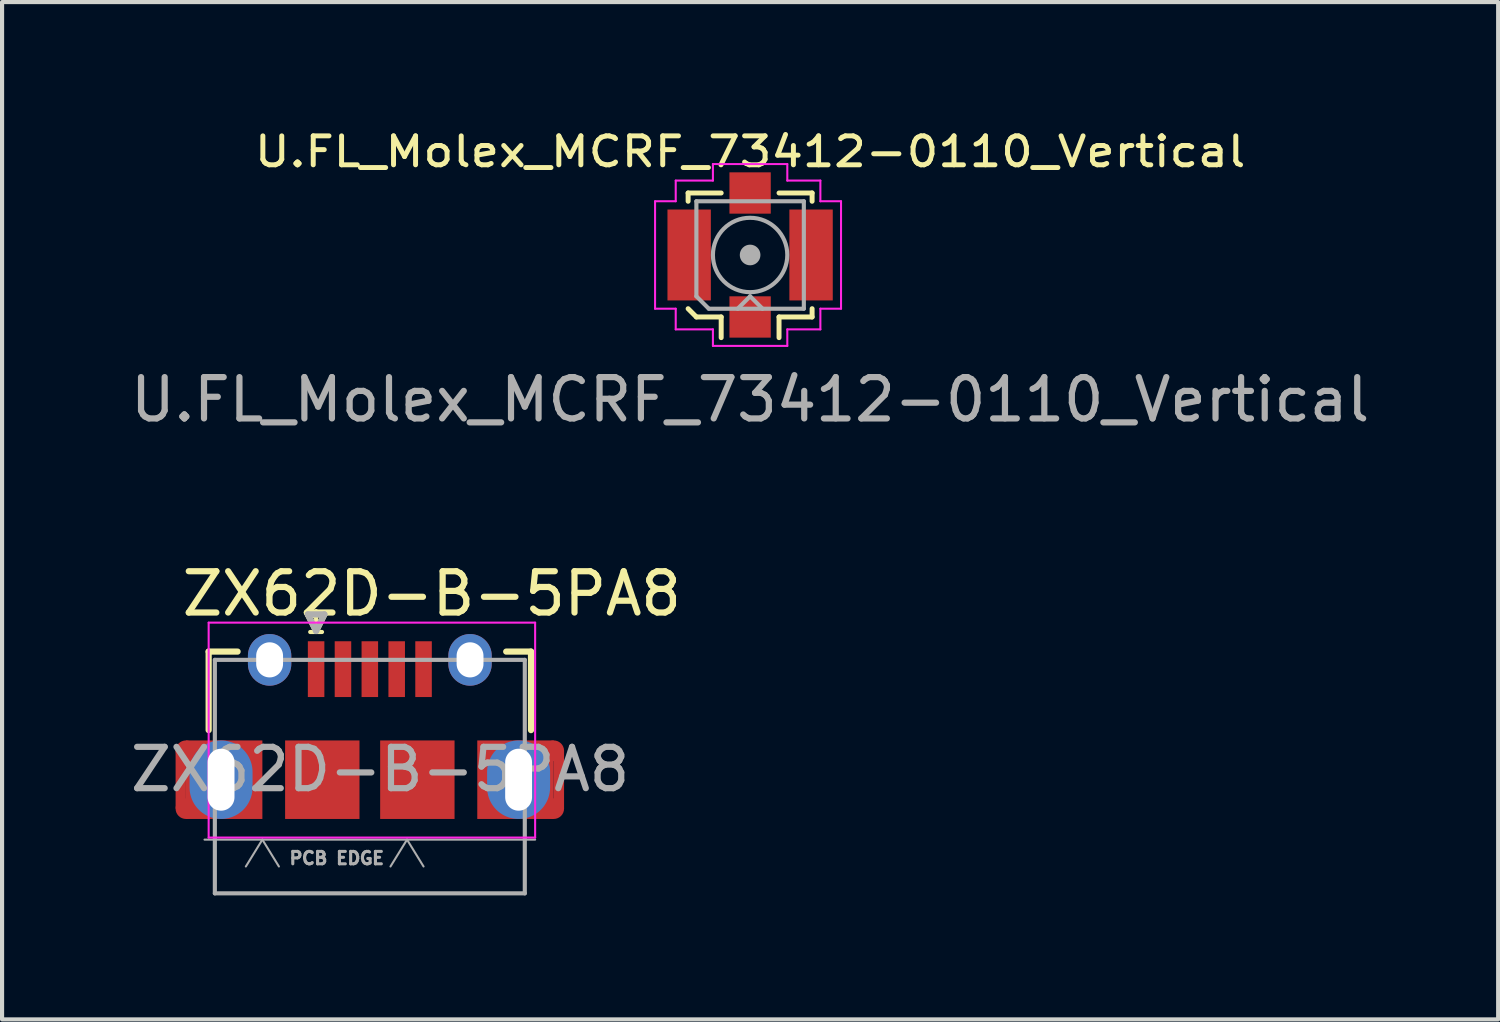
<source format=kicad_pcb>
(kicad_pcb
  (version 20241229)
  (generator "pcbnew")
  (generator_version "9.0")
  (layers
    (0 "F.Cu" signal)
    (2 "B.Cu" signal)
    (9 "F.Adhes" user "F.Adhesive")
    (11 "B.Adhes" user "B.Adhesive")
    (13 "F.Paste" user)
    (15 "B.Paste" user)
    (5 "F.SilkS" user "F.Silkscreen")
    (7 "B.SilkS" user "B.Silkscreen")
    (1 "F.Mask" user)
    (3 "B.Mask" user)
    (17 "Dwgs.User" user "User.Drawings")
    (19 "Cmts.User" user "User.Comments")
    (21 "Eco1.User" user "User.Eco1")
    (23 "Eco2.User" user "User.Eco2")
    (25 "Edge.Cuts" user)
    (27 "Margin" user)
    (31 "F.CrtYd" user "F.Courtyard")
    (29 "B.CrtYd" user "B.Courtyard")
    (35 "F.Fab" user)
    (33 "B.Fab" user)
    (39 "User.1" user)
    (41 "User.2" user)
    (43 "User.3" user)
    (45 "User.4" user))
  (footprint "U.FL_Molex_MCRF_73412-0110_Vertical"
    (layer "F.Cu")
    (at 15.101 3.12)
    (property "Reference" "U.FL_Molex_MCRF_73412-0110_Vertical" (at 0 -2.5 0) (layer "F.SilkS") (effects (font (size 0.7 0.8) (thickness 0.12))))
    (attr smd)
    (fp_line (start -1.5 -1.5) (end -0.7 -1.5) (stroke (width 0.12) (type solid)) (layer "F.SilkS"))
    (fp_line (start -1.5 -1.3) (end -1.5 -1.5) (stroke (width 0.12) (type solid)) (layer "F.SilkS"))
    (fp_line (start -1.3 1.5) (end -1.5 1.3) (stroke (width 0.12) (type solid)) (layer "F.SilkS"))
    (fp_line (start -0.7 1.5) (end -1.3 1.5) (stroke (width 0.12) (type solid)) (layer "F.SilkS"))
    (fp_line (start -0.7 1.5) (end -0.7 2) (stroke (width 0.12) (type solid)) (layer "F.SilkS"))
    (fp_line (start 0.7 -1.5) (end 1.5 -1.5) (stroke (width 0.12) (type solid)) (layer "F.SilkS"))
    (fp_line (start 0.7 1.5) (end 0.7 2) (stroke (width 0.12) (type solid)) (layer "F.SilkS"))
    (fp_line (start 1.5 -1.5) (end 1.5 -1.3) (stroke (width 0.12) (type solid)) (layer "F.SilkS"))
    (fp_line (start 1.5 1.3) (end 1.5 1.5) (stroke (width 0.12) (type solid)) (layer "F.SilkS"))
    (fp_line (start 1.5 1.5) (end 0.7 1.5) (stroke (width 0.12) (type solid)) (layer "F.SilkS"))
    (fp_line (start -2.3 -1.3) (end -2.3 1.3) (stroke (width 0.05) (type solid)) (layer "F.CrtYd"))
    (fp_line (start -2.3 1.3) (end -1.8 1.3) (stroke (width 0.05) (type solid)) (layer "F.CrtYd"))
    (fp_line (start -1.8 -1.8) (end -1.8 -1.3) (stroke (width 0.05) (type solid)) (layer "F.CrtYd"))
    (fp_line (start -1.8 -1.3) (end -2.3 -1.3) (stroke (width 0.05) (type solid)) (layer "F.CrtYd"))
    (fp_line (start -1.8 1.8) (end -1.8 1.3) (stroke (width 0.05) (type solid)) (layer "F.CrtYd"))
    (fp_line (start -1.8 1.8) (end -0.9 1.8) (stroke (width 0.05) (type solid)) (layer "F.CrtYd"))
    (fp_line (start -0.9 -2.2) (end -0.9 -1.8) (stroke (width 0.05) (type solid)) (layer "F.CrtYd"))
    (fp_line (start -0.9 -1.8) (end -1.8 -1.8) (stroke (width 0.05) (type solid)) (layer "F.CrtYd"))
    (fp_line (start -0.9 2.2) (end -0.9 1.8) (stroke (width 0.05) (type solid)) (layer "F.CrtYd"))
    (fp_line (start -0.9 2.2) (end 0.9 2.2) (stroke (width 0.05) (type solid)) (layer "F.CrtYd"))
    (fp_line (start 0.9 -2.2) (end -0.9 -2.2) (stroke (width 0.05) (type solid)) (layer "F.CrtYd"))
    (fp_line (start 0.9 -1.8) (end 0.9 -2.2) (stroke (width 0.05) (type solid)) (layer "F.CrtYd"))
    (fp_line (start 0.9 -1.8) (end 1.7 -1.8) (stroke (width 0.05) (type solid)) (layer "F.CrtYd"))
    (fp_line (start 0.9 1.8) (end 1.7 1.8) (stroke (width 0.05) (type solid)) (layer "F.CrtYd"))
    (fp_line (start 0.9 2.2) (end 0.9 1.8) (stroke (width 0.05) (type solid)) (layer "F.CrtYd"))
    (fp_line (start 1.7 -1.3) (end 1.7 -1.8) (stroke (width 0.05) (type solid)) (layer "F.CrtYd"))
    (fp_line (start 1.7 -1.3) (end 2.2 -1.3) (stroke (width 0.05) (type solid)) (layer "F.CrtYd"))
    (fp_line (start 1.7 1.3) (end 2.2 1.3) (stroke (width 0.05) (type solid)) (layer "F.CrtYd"))
    (fp_line (start 1.7 1.8) (end 1.7 1.3) (stroke (width 0.05) (type solid)) (layer "F.CrtYd"))
    (fp_line (start 2.2 1.3) (end 2.2 -1.3) (stroke (width 0.05) (type solid)) (layer "F.CrtYd"))
    (fp_line (start -1.3 -1.3) (end -1.3 1) (stroke (width 0.1) (type solid)) (layer "F.Fab"))
    (fp_line (start -1.3 -1.3) (end 1.3 -1.3) (stroke (width 0.1) (type solid)) (layer "F.Fab"))
    (fp_line (start -1.3 1) (end -1 1.3) (stroke (width 0.1) (type solid)) (layer "F.Fab"))
    (fp_line (start -1 1.3) (end 1.3 1.3) (stroke (width 0.1) (type solid)) (layer "F.Fab"))
    (fp_line (start -0.3 1.3) (end 0 1) (stroke (width 0.1) (type solid)) (layer "F.Fab"))
    (fp_line (start 0 1) (end 0.3 1.3) (stroke (width 0.1) (type solid)) (layer "F.Fab"))
    (fp_line (start 1.3 -1.3) (end 1.3 1.3) (stroke (width 0.1) (type solid)) (layer "F.Fab"))
    (fp_circle (center 0 0) (end 0 0.05) (stroke (width 0.1) (type solid)) (fill no) (layer "F.Fab"))
    (fp_circle (center 0 0) (end 0 0.125) (stroke (width 0.1) (type solid)) (fill no) (layer "F.Fab"))
    (fp_circle (center 0 0) (end 0 0.2) (stroke (width 0.1) (type solid)) (fill no) (layer "F.Fab"))
    (fp_circle (center 0 0) (end 0.9 0) (stroke (width 0.1) (type solid)) (fill no) (layer "F.Fab"))
    (fp_text user "${REFERENCE}" (at 0 3.5 0) (layer "F.Fab") (effects (font (size 1 1) (thickness 0.15))))
    (pad "1" smd rect (at 0 1.5) (size 1 1) (layers "F.Cu" "F.Mask" "F.Paste"))
    (pad "2" smd rect (at -1.475 0) (size 1.05 2.2) (layers "F.Cu" "F.Mask" "F.Paste"))
    (pad "2" smd rect (at 0 -1.5) (size 1 1) (layers "F.Cu" "F.Mask" "F.Paste"))
    (pad "2" smd rect (at 1.475 0) (size 1.05 2.2) (layers "F.Cu" "F.Mask" "F.Paste")))
  (footprint "ZX62D-B-5PA8"
    (layer "F.Cu")
    (at 5.899 15.817)
    (property "Reference" "ZX62D-B-5PA8" (at 1.5 -4.5 0) (layer "F.SilkS") (effects (font (size 1 1) (thickness 0.15))))
    (attr through_hole)
    (fp_line (start -3.9 -3.1) (end -3.9 -1.2) (stroke (width 0.15) (type solid)) (layer "F.SilkS"))
    (fp_line (start -3.9 -3.1) (end -3.2 -3.1) (stroke (width 0.15) (type solid)) (layer "F.SilkS"))
    (fp_line (start -1.5 -4) (end -1.3 -3.6) (stroke (width 0.15) (type solid)) (layer "F.SilkS"))
    (fp_line (start -1.3 -3.6) (end -1.1 -4) (stroke (width 0.15) (type solid)) (layer "F.SilkS"))
    (fp_line (start -1.1 -4) (end -1.5 -4) (stroke (width 0.15) (type solid)) (layer "F.SilkS"))
    (fp_line (start 3.3 -3.1) (end 3.9 -3.1) (stroke (width 0.15) (type solid)) (layer "F.SilkS"))
    (fp_line (start 3.9 -3.1) (end 3.9 -1.2) (stroke (width 0.15) (type solid)) (layer "F.SilkS"))
    (fp_line (start -3.9 -3.8) (end 4 -3.8) (stroke (width 0.05) (type solid)) (layer "F.CrtYd"))
    (fp_line (start -3.9 1.4) (end -3.9 -3.8) (stroke (width 0.05) (type solid)) (layer "F.CrtYd"))
    (fp_line (start 4 -3.8) (end 4 1.4) (stroke (width 0.05) (type solid)) (layer "F.CrtYd"))
    (fp_line (start 4 1.4) (end -3.9 1.4) (stroke (width 0.05) (type solid)) (layer "F.CrtYd"))
    (fp_line (start -4 1.45) (end 4 1.45) (stroke (width 0.05) (type solid)) (layer "F.Fab"))
    (fp_line (start -3.75 -2.9) (end 3.75 -2.9) (stroke (width 0.1) (type solid)) (layer "F.Fab"))
    (fp_line (start -3.75 2.75) (end -3.75 -2.9) (stroke (width 0.1) (type solid)) (layer "F.Fab"))
    (fp_line (start -3 2.1) (end -2.6 1.45) (stroke (width 0.05) (type solid)) (layer "F.Fab"))
    (fp_line (start -2.6 1.45) (end -2.2 2.1) (stroke (width 0.05) (type solid)) (layer "F.Fab"))
    (fp_line (start -1.5 -4) (end -1.1 -4) (stroke (width 0.15) (type solid)) (layer "F.Fab"))
    (fp_line (start -1.3 -3.6) (end -1.5 -4) (stroke (width 0.15) (type solid)) (layer "F.Fab"))
    (fp_line (start -1.1 -4) (end -1.3 -3.6) (stroke (width 0.15) (type solid)) (layer "F.Fab"))
    (fp_line (start 0.5 2.1) (end 0.9 1.45) (stroke (width 0.05) (type solid)) (layer "F.Fab"))
    (fp_line (start 0.9 1.45) (end 1.3 2.1) (stroke (width 0.05) (type solid)) (layer "F.Fab"))
    (fp_line (start 3.75 -2.9) (end 3.75 2.75) (stroke (width 0.1) (type solid)) (layer "F.Fab"))
    (fp_line (start 3.75 2.75) (end -3.75 2.75) (stroke (width 0.1) (type solid)) (layer "F.Fab"))
    (fp_text user "1" (at -1.3 -3.8 0) (layer "F.SilkS") (effects (font (size 0.5 0.5) (thickness 0.1))))
    (fp_text user "PCB EDGE" (at -0.8 1.9 0) (layer "F.Fab") (effects (font (size 0.3 0.3) (thickness 0.075))))
    (fp_text user "${REFERENCE}" (at 0.25 -0.25 0) (layer "F.Fab") (effects (font (size 1 1) (thickness 0.15))))
    (pad "" smd circle (at 4.45 -0.7) (size 0.5 0.5) (layers "F.Cu" "F.Mask" "F.Paste"))
    (pad "" smd circle (at 4.45 0.7) (size 0.5 0.5) (layers "F.Cu" "F.Mask" "F.Paste"))
    (pad "" smd rect (at 4.575 0) (size 0.25 1.4) (layers "F.Cu" "F.Mask" "F.Paste"))
    (pad "1" smd rect (at -1.3 -2.675) (size 0.4 1.35) (layers "F.Cu" "F.Mask" "F.Paste"))
    (pad "2" smd rect (at -0.65 -2.675) (size 0.4 1.35) (layers "F.Cu" "F.Mask" "F.Paste"))
    (pad "3" smd rect (at 0 -2.675) (size 0.4 1.35) (layers "F.Cu" "F.Mask" "F.Paste"))
    (pad "4" smd rect (at 0.65 -2.675) (size 0.4 1.35) (layers "F.Cu" "F.Mask" "F.Paste"))
    (pad "5" smd rect (at 1.3 -2.675) (size 0.4 1.35) (layers "F.Cu" "F.Mask" "F.Paste"))
    (pad "6" smd rect (at -4.575 0) (size 0.25 1.4) (layers "F.Cu" "F.Mask" "F.Paste"))
    (pad "6" smd circle (at -4.45 -0.7) (size 0.5 0.5) (layers "F.Cu" "F.Mask" "F.Paste"))
    (pad "6" smd circle (at -4.45 0.7) (size 0.5 0.5) (layers "F.Cu" "F.Mask" "F.Paste"))
    (pad "6" thru_hole oval (at -3.6 0) (size 1.524 1.9) (drill oval 0.65 1.5) (layers "*.Cu" "*.Mask"))
    (pad "6" smd rect (at -3.525 0) (size 1.85 1.9) (layers "F.Cu" "F.Mask" "F.Paste"))
    (pad "6" thru_hole oval (at -2.425 -2.9) (size 1.05 1.25) (drill oval 0.65 0.85) (layers "*.Cu" "*.Mask"))
    (pad "6" smd rect (at -1.15 0) (size 1.8 1.9) (layers "F.Cu" "F.Mask" "F.Paste"))
    (pad "6" smd rect (at 1.15 0) (size 1.8 1.9) (layers "F.Cu" "F.Mask" "F.Paste"))
    (pad "6" thru_hole oval (at 2.425 -2.9) (size 1.05 1.25) (drill oval 0.65 0.85) (layers "*.Cu" "*.Mask"))
    (pad "6" smd rect (at 3.525 0) (size 1.85 1.9) (layers "F.Cu" "F.Mask" "F.Paste"))
    (pad "6" thru_hole oval (at 3.6 0) (size 1.524 1.9) (drill oval 0.65 1.5) (layers "*.Cu" "*.Mask")))
  (gr_rect
    (start -3 -3)
    (end 33.202 21.617)
    (stroke (width 0.1) (type default))
    (fill no)
    (layer "Edge.Cuts")))
</source>
